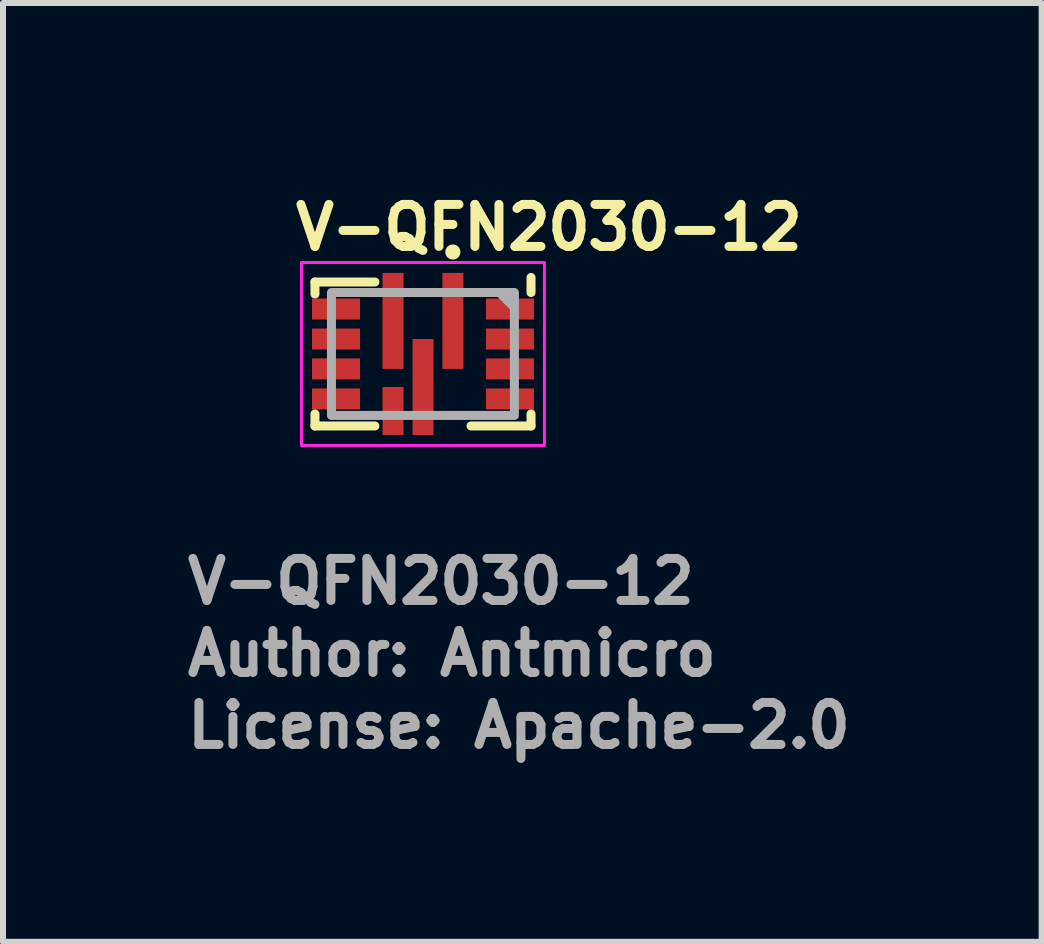
<source format=kicad_pcb>
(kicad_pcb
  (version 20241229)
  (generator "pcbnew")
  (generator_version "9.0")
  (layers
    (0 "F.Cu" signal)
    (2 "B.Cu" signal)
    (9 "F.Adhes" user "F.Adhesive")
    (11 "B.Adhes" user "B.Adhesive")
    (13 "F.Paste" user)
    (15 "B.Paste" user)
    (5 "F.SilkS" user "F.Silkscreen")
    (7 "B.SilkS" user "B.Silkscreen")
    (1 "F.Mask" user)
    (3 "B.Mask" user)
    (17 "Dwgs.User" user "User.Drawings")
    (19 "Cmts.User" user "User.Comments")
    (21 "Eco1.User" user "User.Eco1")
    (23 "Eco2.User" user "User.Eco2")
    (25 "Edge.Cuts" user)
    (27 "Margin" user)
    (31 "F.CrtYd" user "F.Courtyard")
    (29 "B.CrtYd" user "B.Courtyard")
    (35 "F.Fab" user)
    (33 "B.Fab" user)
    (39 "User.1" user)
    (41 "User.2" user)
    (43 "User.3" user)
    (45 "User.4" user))
  (footprint "V-QFN2030-12"
    (layer "F.Cu")
    (at 4 2.85)
    (property "Reference" "V-QFN2030-12" (at -2.2 -1.7 0) (layer "F.SilkS") (effects (font (size 0.7 0.7) (thickness 0.15)) (justify left bottom)))
    (attr smd)
    (fp_line (start -1.801 -1.2) (end -0.802 -1.2) (stroke (width 0.15) (type solid)) (layer "F.SilkS"))
    (fp_line (start -1.801 -1) (end -1.801 -1.2) (stroke (width 0.15) (type solid)) (layer "F.SilkS"))
    (fp_line (start -1.801 1.199) (end -1.801 0.998) (stroke (width 0.15) (type solid)) (layer "F.SilkS"))
    (fp_line (start -0.802 1.199) (end -1.801 1.199) (stroke (width 0.15) (type solid)) (layer "F.SilkS"))
    (fp_line (start 1.8 -1.276) (end 1.8 -1.025) (stroke (width 0.15) (type solid)) (layer "F.SilkS"))
    (fp_line (start 1.8 0.998) (end 1.8 1.199) (stroke (width 0.15) (type solid)) (layer "F.SilkS"))
    (fp_line (start 1.8 1.199) (end 0.8 1.199) (stroke (width 0.15) (type solid)) (layer "F.SilkS"))
    (fp_circle (center 0.497 -1.7) (end 0.548 -1.7) (stroke (width 0.15) (type solid)) (fill yes) (layer "F.SilkS"))
    (fp_rect (start -2.026 -1.525) (end 2.023 1.524) (stroke (width 0.05) (type solid)) (fill no) (layer "F.CrtYd"))
    (fp_line (start 1.3 -1) (end 1.5 -0.8) (stroke (width 0.15) (type solid)) (layer "F.Fab"))
    (fp_rect (start -1.526 -1.025) (end 1.523 1.024) (stroke (width 0.15) (type solid)) (fill no) (layer "F.Fab"))
    (fp_rect (start -1.526 -1.025) (end 1.523 1.024) (stroke (width 0.1) (type solid)) (fill no) (layer "User.5"))
    (fp_line (start -1.526 -1.025) (end -1.526 1.024) (stroke (width 0.02) (type solid)) (layer "User.9"))
    (fp_line (start -1.526 1.024) (end 1.523 1.024) (stroke (width 0.02) (type solid)) (layer "User.9"))
    (fp_line (start 1.523 -1.025) (end -1.526 -1.025) (stroke (width 0.02) (type solid)) (layer "User.9"))
    (fp_line (start 1.523 1.024) (end 1.523 -1.025) (stroke (width 0.02) (type solid)) (layer "User.9"))
    (fp_text user "${REFERENCE}" (at -4 4.2 0) (layer "F.Fab") (effects (font (size 0.7 0.7) (thickness 0.15)) (justify left bottom)))
    (fp_text user "Author: Antmicro" (at -4 5.4 0) (layer "F.Fab") (effects (font (size 0.7 0.7) (thickness 0.15)) (justify left bottom)))
    (fp_text user "License: Apache-2.0" (at -4 6.6 0) (layer "F.Fab") (effects (font (size 0.7 0.7) (thickness 0.15)) (justify left bottom)))
    (pad "1" smd rect (at 0.498 -0.552 270) (size 1.6 0.35) (layers "F.Cu" "F.Mask" "F.Paste"))
    (pad "2" smd rect (at -0.5 -0.552 270) (size 1.6 0.35) (layers "F.Cu" "F.Mask" "F.Paste"))
    (pad "3" smd rect (at -1.45 -0.75 270) (size 0.35 0.8) (layers "F.Cu" "F.Mask" "F.Paste"))
    (pad "4" smd rect (at -1.45 -0.25 270) (size 0.35 0.8) (layers "F.Cu" "F.Mask" "F.Paste"))
    (pad "5" smd rect (at -1.45 0.248 270) (size 0.35 0.8) (layers "F.Cu" "F.Mask" "F.Paste"))
    (pad "6" smd rect (at -1.45 0.748 270) (size 0.35 0.8) (layers "F.Cu" "F.Mask" "F.Paste"))
    (pad "7" smd rect (at -0.5 0.949) (size 0.35 0.8) (layers "F.Cu" "F.Mask" "F.Paste"))
    (pad "8" smd rect (at 0 0.55 270) (size 1.6 0.35) (layers "F.Cu" "F.Mask" "F.Paste"))
    (pad "9" smd rect (at 1.449 0.748 90) (size 0.35 0.8) (layers "F.Cu" "F.Mask" "F.Paste"))
    (pad "10" smd rect (at 1.449 0.248 90) (size 0.35 0.8) (layers "F.Cu" "F.Mask" "F.Paste"))
    (pad "11" smd rect (at 1.449 -0.25 90) (size 0.35 0.8) (layers "F.Cu" "F.Mask" "F.Paste"))
    (pad "12" smd rect (at 1.449 -0.75 90) (size 0.35 0.8) (layers "F.Cu" "F.Mask" "F.Paste")))
  (gr_rect
    (start -3 -3)
    (end 14.31 12.646)
    (stroke (width 0.1) (type default))
    (fill no)
    (layer "Edge.Cuts")))
</source>
